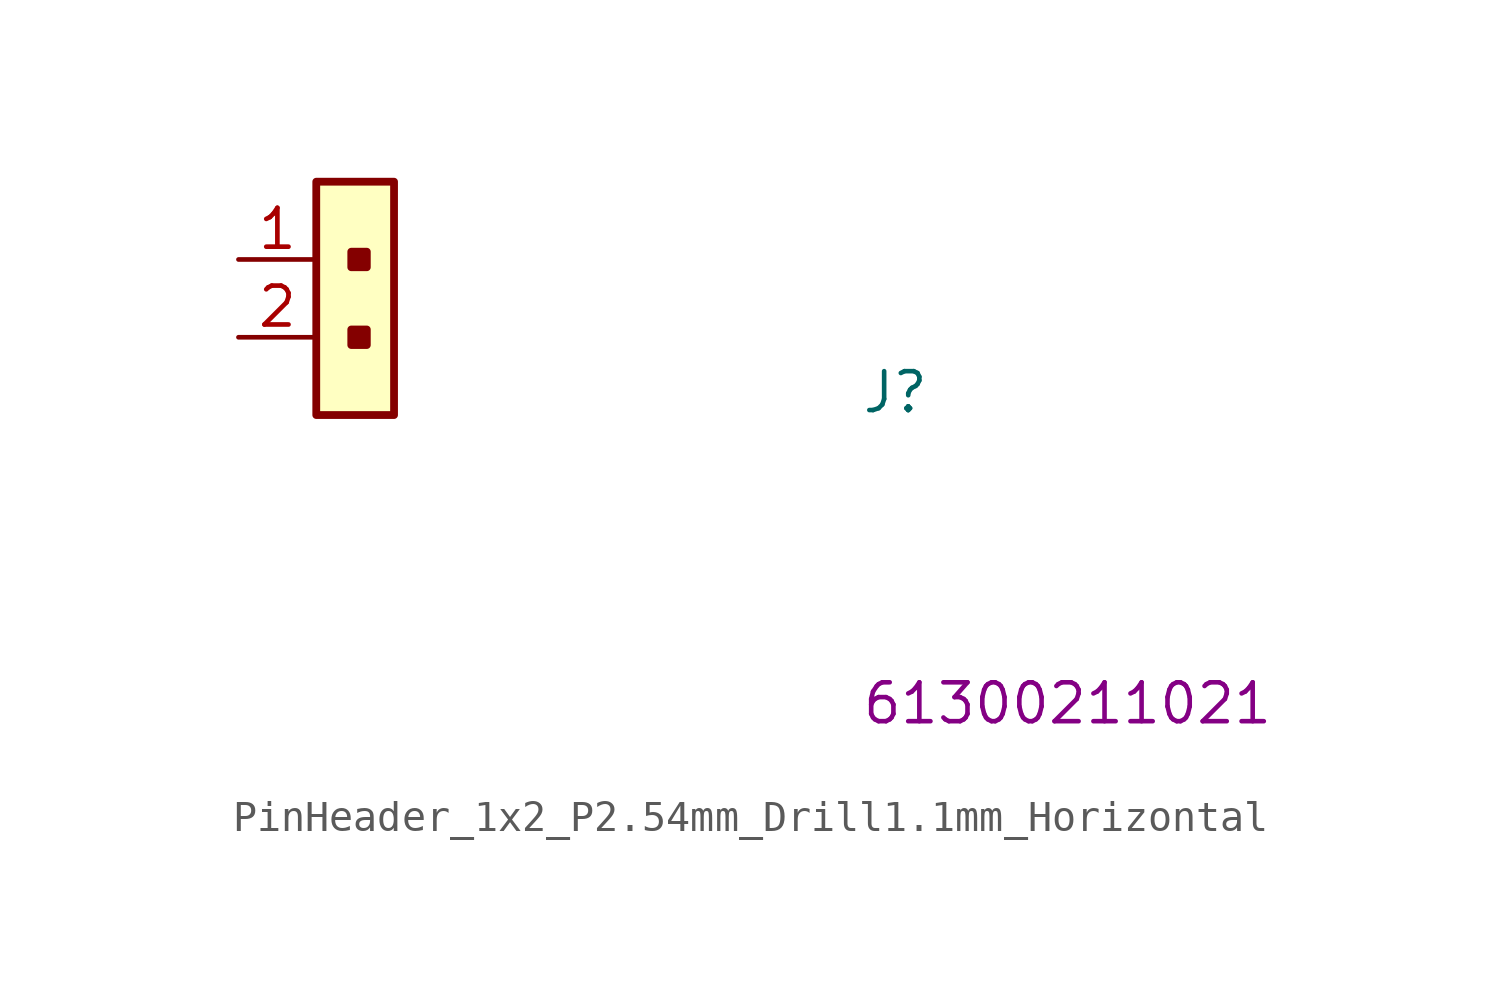
<source format=kicad_sym>
(kicad_symbol_lib
  (version 20220914)
  (generator kicad_symbol_editor)
  (symbol "PinHeader_1x2_P2.54mm_Drill1.1mm_Horizontal"
    (property "Reference" "J"
      (at 20.32 -5.08 0)
      (effects (font (size 1.27 1.27) (thickness 0.15)) (justify left bottom)))
    (property "MPN" "61300211021"
      (at 20.32 -15.24 0)
      (effects (font (size 1.27 1.27) (thickness 0.15)) (justify left bottom)))
    (symbol "PinHeader_1x2_P2.54mm_Drill1.1mm_Horizontal_1_1"
      (rectangle (start 2.54 2.54) (end 5.08 -5.08) (stroke (width 0.254) (type default)) (fill (type background)))
      (rectangle (start 3.683 -2.794) (end 4.191 -2.286) (stroke (width 0.254) (type default)) (fill (type outline)))
      (rectangle (start 3.683 -0.254) (end 4.191 0.254) (stroke (width 0.254) (type default)) (fill (type outline)))
      (pin passive line (at 0 0 0) (length 2.54) (name "~" (effects (font (size 1.27 1.27)))) (number "1" (effects (font (size 1.27 1.27)))))
      (pin passive line (at 0 -2.54 0) (length 2.54) (name "~" (effects (font (size 1.27 1.27)))) (number "2" (effects (font (size 1.27 1.27))))))))
</source>
